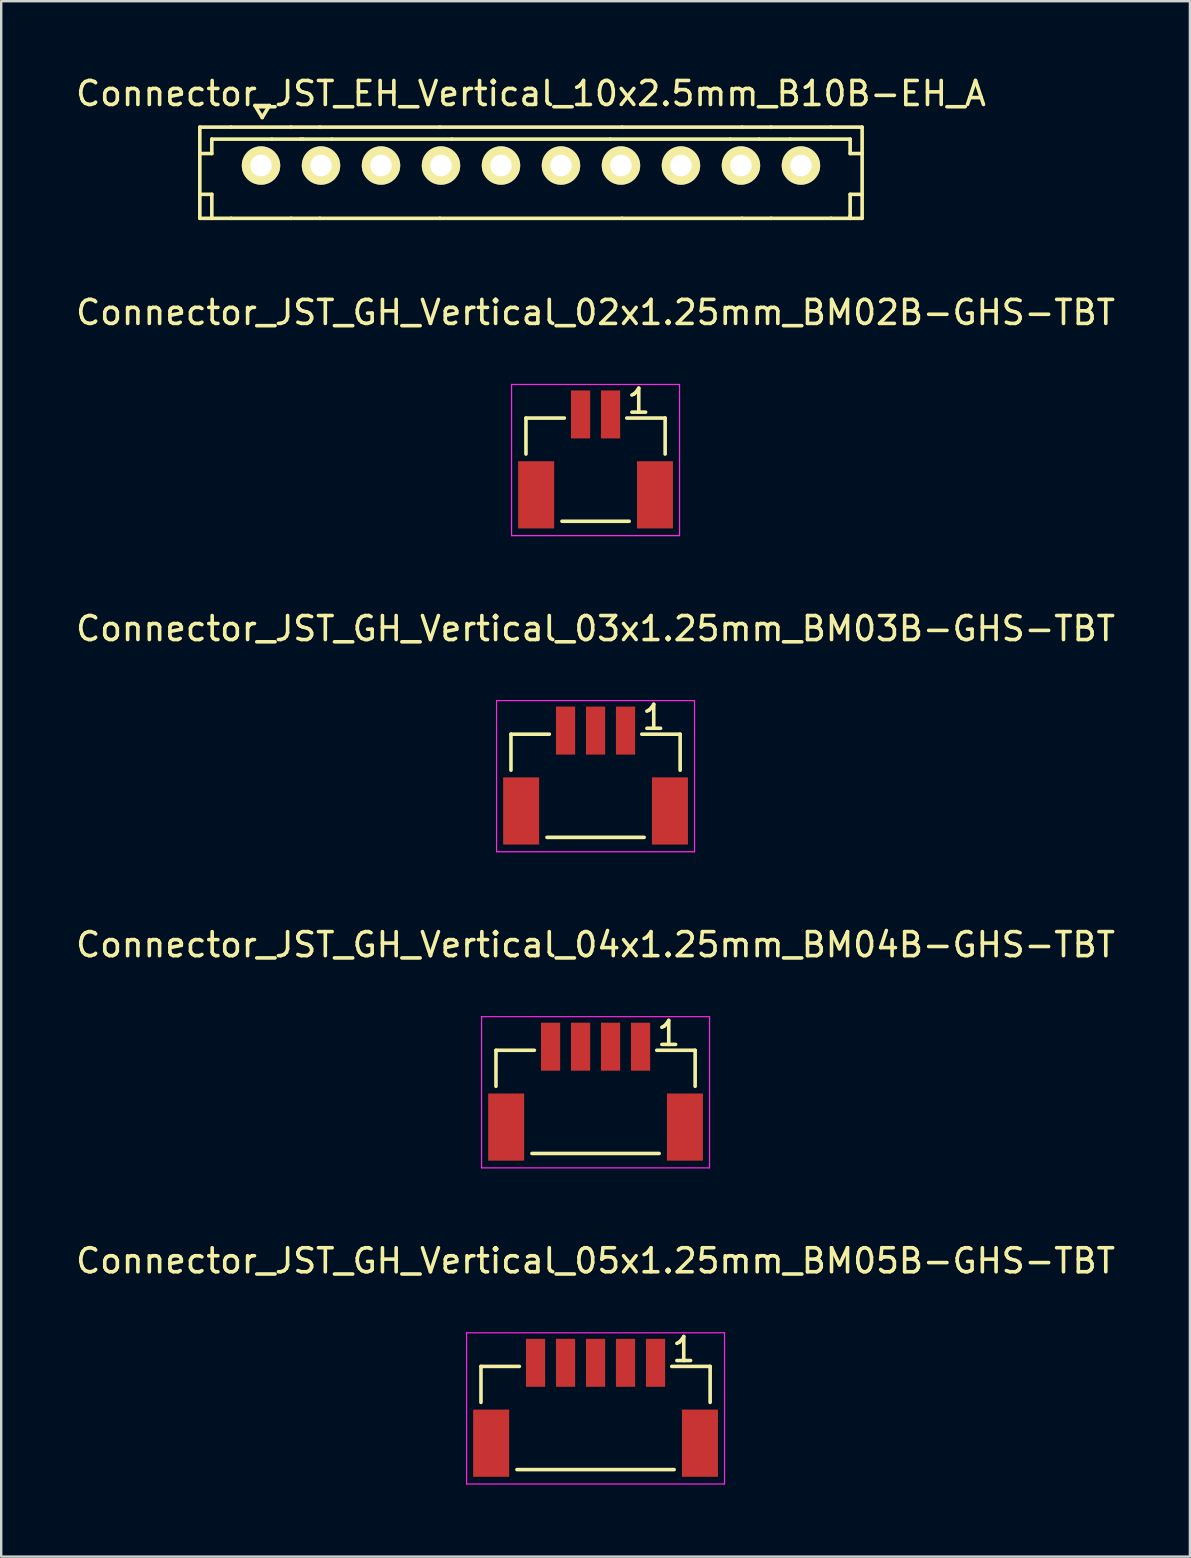
<source format=kicad_pcb>
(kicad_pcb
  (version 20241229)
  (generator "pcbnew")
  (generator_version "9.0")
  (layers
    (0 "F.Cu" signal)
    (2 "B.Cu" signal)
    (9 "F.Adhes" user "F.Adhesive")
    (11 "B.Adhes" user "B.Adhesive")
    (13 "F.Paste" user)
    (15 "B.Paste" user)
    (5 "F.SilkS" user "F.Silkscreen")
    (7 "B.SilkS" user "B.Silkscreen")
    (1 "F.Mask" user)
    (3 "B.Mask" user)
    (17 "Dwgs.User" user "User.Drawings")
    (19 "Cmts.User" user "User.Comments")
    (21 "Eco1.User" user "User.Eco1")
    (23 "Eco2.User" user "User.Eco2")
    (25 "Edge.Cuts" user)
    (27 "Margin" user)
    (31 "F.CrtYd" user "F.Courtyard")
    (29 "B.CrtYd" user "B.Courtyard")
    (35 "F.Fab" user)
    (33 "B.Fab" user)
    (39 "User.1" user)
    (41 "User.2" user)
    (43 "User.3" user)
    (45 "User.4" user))
  (footprint "Connector_JST_GH_Vertical_03x1.25mm_BM03B-GHS-TBT"
    (layer "F.Cu")
    (at 21.768 32.145)
    (property "Reference" "Connector_JST_GH_Vertical_03x1.25mm_BM03B-GHS-TBT" (at 0 -9 0) (layer "F.SilkS") (effects (font (size 1 1) (thickness 0.15))))
    (attr smd)
    (fp_line (start -3.525 -4.6) (end -3.525 -3.1) (stroke (width 0.15) (type solid)) (layer "F.SilkS"))
    (fp_line (start -1.925 -4.6) (end -3.525 -4.6) (stroke (width 0.15) (type solid)) (layer "F.SilkS"))
    (fp_line (start 2.025 -0.3) (end -2.025 -0.3) (stroke (width 0.15) (type solid)) (layer "F.SilkS"))
    (fp_line (start 3.525 -4.6) (end 1.925 -4.6) (stroke (width 0.15) (type solid)) (layer "F.SilkS"))
    (fp_line (start 3.525 -3.1) (end 3.525 -4.6) (stroke (width 0.15) (type solid)) (layer "F.SilkS"))
    (fp_line (start -4.125 -6) (end 4.125 -6) (stroke (width 0.05) (type solid)) (layer "F.CrtYd"))
    (fp_line (start -4.125 0.3) (end -4.125 -6) (stroke (width 0.05) (type solid)) (layer "F.CrtYd"))
    (fp_line (start 4.125 -6) (end 4.125 0.3) (stroke (width 0.05) (type solid)) (layer "F.CrtYd"))
    (fp_line (start 4.125 0.3) (end -4.125 0.3) (stroke (width 0.05) (type solid)) (layer "F.CrtYd"))
    (fp_text user "1" (at 2.425 -5.3 0) (layer "F.SilkS") (effects (font (size 1 1) (thickness 0.15))))
    (pad "" smd rect (at -3.1 -1.4) (size 1.5 2.8) (layers "F.Cu" "F.Mask" "F.Paste"))
    (pad "" smd rect (at 3.1 -1.4) (size 1.5 2.8) (layers "F.Cu" "F.Mask" "F.Paste"))
    (pad "1" smd rect (at 1.25 -4.75) (size 0.8 2) (layers "F.Cu" "F.Mask" "F.Paste"))
    (pad "2" smd rect (at 0 -4.75) (size 0.8 2) (layers "F.Cu" "F.Mask" "F.Paste"))
    (pad "3" smd rect (at -1.25 -4.75) (size 0.8 2) (layers "F.Cu" "F.Mask" "F.Paste")))
  (footprint "Connector_JST_GH_Vertical_05x1.25mm_BM05B-GHS-TBT"
    (layer "F.Cu")
    (at 21.768 58.491)
    (property "Reference" "Connector_JST_GH_Vertical_05x1.25mm_BM05B-GHS-TBT" (at 0 -9 0) (layer "F.SilkS") (effects (font (size 1 1) (thickness 0.15))))
    (attr smd)
    (fp_line (start -4.775 -4.6) (end -4.775 -3.1) (stroke (width 0.15) (type solid)) (layer "F.SilkS"))
    (fp_line (start -3.175 -4.6) (end -4.775 -4.6) (stroke (width 0.15) (type solid)) (layer "F.SilkS"))
    (fp_line (start 3.275 -0.3) (end -3.275 -0.3) (stroke (width 0.15) (type solid)) (layer "F.SilkS"))
    (fp_line (start 4.775 -4.6) (end 3.175 -4.6) (stroke (width 0.15) (type solid)) (layer "F.SilkS"))
    (fp_line (start 4.775 -3.1) (end 4.775 -4.6) (stroke (width 0.15) (type solid)) (layer "F.SilkS"))
    (fp_line (start -5.375 -6) (end 5.375 -6) (stroke (width 0.05) (type solid)) (layer "F.CrtYd"))
    (fp_line (start -5.375 0.3) (end -5.375 -6) (stroke (width 0.05) (type solid)) (layer "F.CrtYd"))
    (fp_line (start 5.375 -6) (end 5.375 0.3) (stroke (width 0.05) (type solid)) (layer "F.CrtYd"))
    (fp_line (start 5.375 0.3) (end -5.375 0.3) (stroke (width 0.05) (type solid)) (layer "F.CrtYd"))
    (fp_text user "1" (at 3.675 -5.3 0) (layer "F.SilkS") (effects (font (size 1 1) (thickness 0.15))))
    (pad "" smd rect (at -4.35 -1.4) (size 1.5 2.8) (layers "F.Cu" "F.Mask" "F.Paste"))
    (pad "" smd rect (at 4.35 -1.4) (size 1.5 2.8) (layers "F.Cu" "F.Mask" "F.Paste"))
    (pad "1" smd rect (at 2.5 -4.75) (size 0.8 2) (layers "F.Cu" "F.Mask" "F.Paste"))
    (pad "2" smd rect (at 1.25 -4.75) (size 0.8 2) (layers "F.Cu" "F.Mask" "F.Paste"))
    (pad "3" smd rect (at 0 -4.75) (size 0.8 2) (layers "F.Cu" "F.Mask" "F.Paste"))
    (pad "4" smd rect (at -1.25 -4.75) (size 0.8 2) (layers "F.Cu" "F.Mask" "F.Paste"))
    (pad "5" smd rect (at -2.5 -4.75) (size 0.8 2) (layers "F.Cu" "F.Mask" "F.Paste")))
  (footprint "Connector_JST_GH_Vertical_04x1.25mm_BM04B-GHS-TBT"
    (layer "F.Cu")
    (at 21.768 45.318)
    (property "Reference" "Connector_JST_GH_Vertical_04x1.25mm_BM04B-GHS-TBT" (at 0 -9 0) (layer "F.SilkS") (effects (font (size 1 1) (thickness 0.15))))
    (attr smd)
    (fp_line (start -4.15 -4.6) (end -4.15 -3.1) (stroke (width 0.15) (type solid)) (layer "F.SilkS"))
    (fp_line (start -2.55 -4.6) (end -4.15 -4.6) (stroke (width 0.15) (type solid)) (layer "F.SilkS"))
    (fp_line (start 2.65 -0.3) (end -2.65 -0.3) (stroke (width 0.15) (type solid)) (layer "F.SilkS"))
    (fp_line (start 4.15 -4.6) (end 2.55 -4.6) (stroke (width 0.15) (type solid)) (layer "F.SilkS"))
    (fp_line (start 4.15 -3.1) (end 4.15 -4.6) (stroke (width 0.15) (type solid)) (layer "F.SilkS"))
    (fp_line (start -4.75 -6) (end 4.75 -6) (stroke (width 0.05) (type solid)) (layer "F.CrtYd"))
    (fp_line (start -4.75 0.3) (end -4.75 -6) (stroke (width 0.05) (type solid)) (layer "F.CrtYd"))
    (fp_line (start 4.75 -6) (end 4.75 0.3) (stroke (width 0.05) (type solid)) (layer "F.CrtYd"))
    (fp_line (start 4.75 0.3) (end -4.75 0.3) (stroke (width 0.05) (type solid)) (layer "F.CrtYd"))
    (fp_text user "1" (at 3.05 -5.3 0) (layer "F.SilkS") (effects (font (size 1 1) (thickness 0.15))))
    (pad "" smd rect (at -3.725 -1.4) (size 1.5 2.8) (layers "F.Cu" "F.Mask" "F.Paste"))
    (pad "" smd rect (at 3.725 -1.4) (size 1.5 2.8) (layers "F.Cu" "F.Mask" "F.Paste"))
    (pad "1" smd rect (at 1.875 -4.75) (size 0.8 2) (layers "F.Cu" "F.Mask" "F.Paste"))
    (pad "2" smd rect (at 0.625 -4.75) (size 0.8 2) (layers "F.Cu" "F.Mask" "F.Paste"))
    (pad "3" smd rect (at -0.625 -4.75) (size 0.8 2) (layers "F.Cu" "F.Mask" "F.Paste"))
    (pad "4" smd rect (at -1.875 -4.75) (size 0.8 2) (layers "F.Cu" "F.Mask" "F.Paste")))
  (footprint "Connector_JST_GH_Vertical_02x1.25mm_BM02B-GHS-TBT"
    (layer "F.Cu")
    (at 21.768 18.971)
    (property "Reference" "Connector_JST_GH_Vertical_02x1.25mm_BM02B-GHS-TBT" (at 0 -9 0) (layer "F.SilkS") (effects (font (size 1 1) (thickness 0.15))))
    (attr smd)
    (fp_line (start -2.9 -4.6) (end -2.9 -3.1) (stroke (width 0.15) (type solid)) (layer "F.SilkS"))
    (fp_line (start -1.3 -4.6) (end -2.9 -4.6) (stroke (width 0.15) (type solid)) (layer "F.SilkS"))
    (fp_line (start 1.4 -0.3) (end -1.4 -0.3) (stroke (width 0.15) (type solid)) (layer "F.SilkS"))
    (fp_line (start 2.9 -4.6) (end 1.3 -4.6) (stroke (width 0.15) (type solid)) (layer "F.SilkS"))
    (fp_line (start 2.9 -3.1) (end 2.9 -4.6) (stroke (width 0.15) (type solid)) (layer "F.SilkS"))
    (fp_line (start -3.5 -6) (end 3.5 -6) (stroke (width 0.05) (type solid)) (layer "F.CrtYd"))
    (fp_line (start -3.5 0.3) (end -3.5 -6) (stroke (width 0.05) (type solid)) (layer "F.CrtYd"))
    (fp_line (start 3.5 -6) (end 3.5 0.3) (stroke (width 0.05) (type solid)) (layer "F.CrtYd"))
    (fp_line (start 3.5 0.3) (end -3.5 0.3) (stroke (width 0.05) (type solid)) (layer "F.CrtYd"))
    (fp_text user "1" (at 1.8 -5.3 0) (layer "F.SilkS") (effects (font (size 1 1) (thickness 0.15))))
    (pad "" smd rect (at -2.475 -1.4) (size 1.5 2.8) (layers "F.Cu" "F.Mask" "F.Paste"))
    (pad "" smd rect (at 2.475 -1.4) (size 1.5 2.8) (layers "F.Cu" "F.Mask" "F.Paste"))
    (pad "1" smd rect (at 0.625 -4.75) (size 0.8 2) (layers "F.Cu" "F.Mask" "F.Paste"))
    (pad "2" smd rect (at -0.625 -4.75) (size 0.8 2) (layers "F.Cu" "F.Mask" "F.Paste")))
  (footprint "Connector_JST_EH_Vertical_10x2.5mm_B10B-EH_A"
    (layer "F.Cu")
    (at 19.077 3.848)
    (property "Reference" "Connector_JST_EH_Vertical_10x2.5mm_B10B-EH_A" (at 0 -3 0) (layer "F.SilkS") (effects (font (size 1 1) (thickness 0.15))))
    (attr through_hole)
    (fp_line (start -13.8 -1.6) (end -13.8 2.2) (stroke (width 0.15) (type solid)) (layer "F.SilkS"))
    (fp_line (start -13.8 -1.6) (end -12.5 -1.6) (stroke (width 0.15) (type solid)) (layer "F.SilkS"))
    (fp_line (start -13.8 2.2) (end -12.5 2.2) (stroke (width 0.15) (type solid)) (layer "F.SilkS"))
    (fp_line (start -13.3 -1.1) (end -13.3 -0.5) (stroke (width 0.15) (type solid)) (layer "F.SilkS"))
    (fp_line (start -13.3 -1.1) (end -10.8 -1.1) (stroke (width 0.15) (type solid)) (layer "F.SilkS"))
    (fp_line (start -13.3 -0.5) (end -13.8 -0.5) (stroke (width 0.15) (type solid)) (layer "F.SilkS"))
    (fp_line (start -13.3 1.2) (end -13.8 1.2) (stroke (width 0.15) (type solid)) (layer "F.SilkS"))
    (fp_line (start -13.3 1.2) (end -13.3 2.2) (stroke (width 0.15) (type solid)) (layer "F.SilkS"))
    (fp_line (start -11.5 -2.5) (end -11.2 -2) (stroke (width 0.15) (type solid)) (layer "F.SilkS"))
    (fp_line (start -11.2 -2) (end -10.9 -2.5) (stroke (width 0.15) (type solid)) (layer "F.SilkS"))
    (fp_line (start -10.9 -2.5) (end -11.5 -2.5) (stroke (width 0.15) (type solid)) (layer "F.SilkS"))
    (fp_line (start -10 -1.6) (end -12.5 -1.6) (stroke (width 0.15) (type solid)) (layer "F.SilkS"))
    (fp_line (start -10 2.2) (end -12.5 2.2) (stroke (width 0.15) (type solid)) (layer "F.SilkS"))
    (fp_line (start -9.6 -1.1) (end -10.8 -1.1) (stroke (width 0.15) (type solid)) (layer "F.SilkS"))
    (fp_line (start -9.5 -1.1) (end -9.6 -1.1) (stroke (width 0.15) (type solid)) (layer "F.SilkS"))
    (fp_line (start -9.5 -1.1) (end -8.3 -1.1) (stroke (width 0.15) (type solid)) (layer "F.SilkS"))
    (fp_line (start -8.8 -1.6) (end -10 -1.6) (stroke (width 0.15) (type solid)) (layer "F.SilkS"))
    (fp_line (start -8.8 -1.6) (end -3.8 -1.6) (stroke (width 0.15) (type solid)) (layer "F.SilkS"))
    (fp_line (start -8.8 2.2) (end -10 2.2) (stroke (width 0.15) (type solid)) (layer "F.SilkS"))
    (fp_line (start -8.8 2.2) (end -3.8 2.2) (stroke (width 0.15) (type solid)) (layer "F.SilkS"))
    (fp_line (start -3.8 -1.6) (end 3.8 -1.6) (stroke (width 0.15) (type solid)) (layer "F.SilkS"))
    (fp_line (start -3.3 -1.1) (end -8.3 -1.1) (stroke (width 0.15) (type solid)) (layer "F.SilkS"))
    (fp_line (start 3.3 -1.1) (end -3.3 -1.1) (stroke (width 0.15) (type solid)) (layer "F.SilkS"))
    (fp_line (start 3.8 -1.6) (end 8.8 -1.6) (stroke (width 0.15) (type solid)) (layer "F.SilkS"))
    (fp_line (start 3.8 2.2) (end -3.8 2.2) (stroke (width 0.15) (type solid)) (layer "F.SilkS"))
    (fp_line (start 3.8 2.2) (end 8.8 2.2) (stroke (width 0.15) (type solid)) (layer "F.SilkS"))
    (fp_line (start 8.3 -1.1) (end 3.3 -1.1) (stroke (width 0.15) (type solid)) (layer "F.SilkS"))
    (fp_line (start 8.3 -1.1) (end 9.5 -1.1) (stroke (width 0.15) (type solid)) (layer "F.SilkS"))
    (fp_line (start 9.5 -1.1) (end 10.8 -1.1) (stroke (width 0.15) (type solid)) (layer "F.SilkS"))
    (fp_line (start 10 -1.6) (end 8.8 -1.6) (stroke (width 0.15) (type solid)) (layer "F.SilkS"))
    (fp_line (start 10 2.2) (end 8.8 2.2) (stroke (width 0.15) (type solid)) (layer "F.SilkS"))
    (fp_line (start 10.8 -1.1) (end 13.3 -1.1) (stroke (width 0.15) (type solid)) (layer "F.SilkS"))
    (fp_line (start 12.5 -1.6) (end 10 -1.6) (stroke (width 0.15) (type solid)) (layer "F.SilkS"))
    (fp_line (start 12.5 2.2) (end 10 2.2) (stroke (width 0.15) (type solid)) (layer "F.SilkS"))
    (fp_line (start 13.3 -1.1) (end 13.3 -0.5) (stroke (width 0.15) (type solid)) (layer "F.SilkS"))
    (fp_line (start 13.3 1.2) (end 13.3 2.2) (stroke (width 0.15) (type solid)) (layer "F.SilkS"))
    (fp_line (start 13.3 1.2) (end 13.8 1.2) (stroke (width 0.15) (type solid)) (layer "F.SilkS"))
    (fp_line (start 13.3 2.2) (end 13.3 2.1) (stroke (width 0.15) (type solid)) (layer "F.SilkS"))
    (fp_line (start 13.8 -1.6) (end 12.5 -1.6) (stroke (width 0.15) (type solid)) (layer "F.SilkS"))
    (fp_line (start 13.8 -1.6) (end 13.8 2.2) (stroke (width 0.15) (type solid)) (layer "F.SilkS"))
    (fp_line (start 13.8 -0.5) (end 13.3 -0.5) (stroke (width 0.15) (type solid)) (layer "F.SilkS"))
    (fp_line (start 13.8 2.2) (end 12.5 2.2) (stroke (width 0.15) (type solid)) (layer "F.SilkS"))
    (pad "1" thru_hole circle (at -11.25 0) (size 1.6 1.6) (drill 0.9) (layers "*.Cu" "*.Mask" "F.SilkS"))
    (pad "2" thru_hole circle (at -8.75 0) (size 1.6 1.6) (drill 0.9) (layers "*.Cu" "*.Mask" "F.SilkS"))
    (pad "3" thru_hole circle (at -6.25 0) (size 1.6 1.6) (drill 0.9) (layers "*.Cu" "*.Mask" "F.SilkS"))
    (pad "4" thru_hole circle (at -3.75 0) (size 1.6 1.6) (drill 0.9) (layers "*.Cu" "*.Mask" "F.SilkS"))
    (pad "5" thru_hole circle (at -1.25 0) (size 1.6 1.6) (drill 0.9) (layers "*.Cu" "*.Mask" "F.SilkS"))
    (pad "6" thru_hole circle (at 1.25 0) (size 1.6 1.6) (drill 0.9) (layers "*.Cu" "*.Mask" "F.SilkS"))
    (pad "7" thru_hole circle (at 3.75 0) (size 1.6 1.6) (drill 0.9) (layers "*.Cu" "*.Mask" "F.SilkS"))
    (pad "8" thru_hole circle (at 6.25 0) (size 1.6 1.6) (drill 0.9) (layers "*.Cu" "*.Mask" "F.SilkS"))
    (pad "9" thru_hole circle (at 8.75 0) (size 1.6 1.6) (drill 0.9) (layers "*.Cu" "*.Mask" "F.SilkS"))
    (pad "10" thru_hole circle (at 11.25 0) (size 1.6 1.6) (drill 0.9) (layers "*.Cu" "*.Mask" "F.SilkS")))
  (gr_rect
    (start -3 -3)
    (end 46.536 61.816)
    (stroke (width 0.1) (type default))
    (fill no)
    (layer "Edge.Cuts")))
</source>
